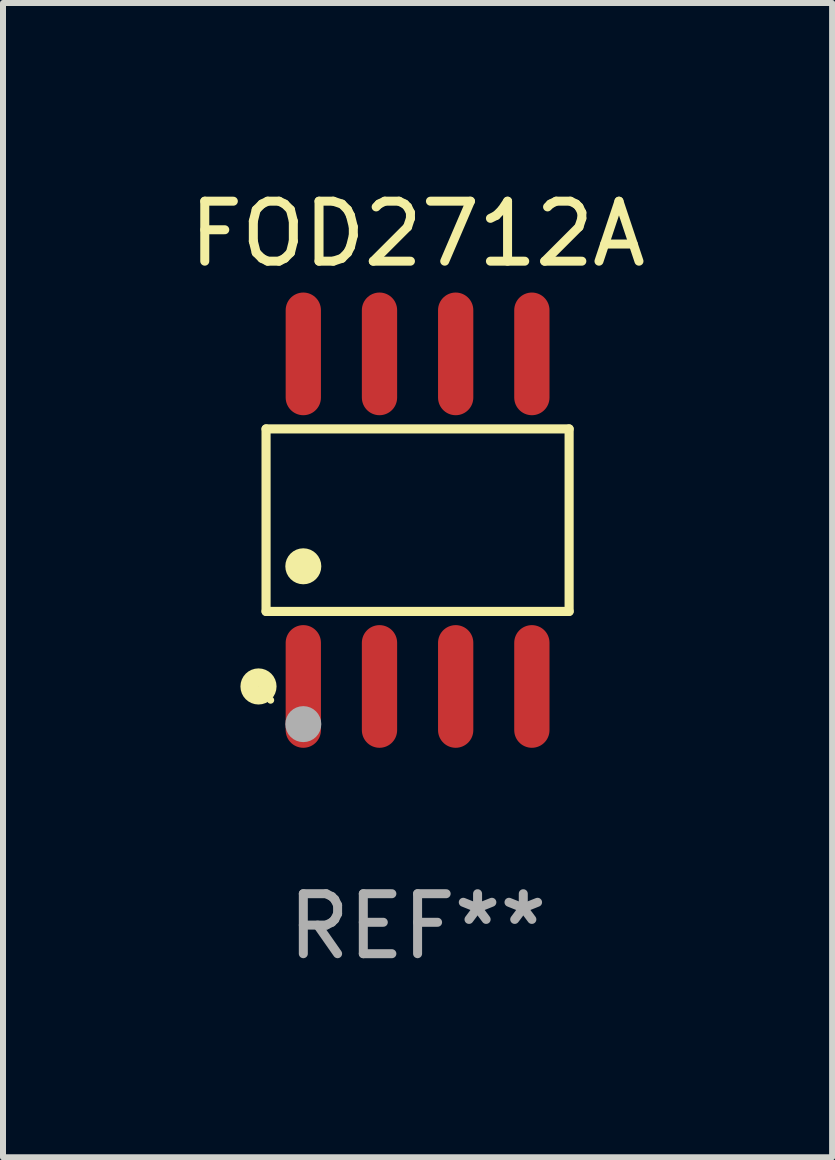
<source format=kicad_pcb>
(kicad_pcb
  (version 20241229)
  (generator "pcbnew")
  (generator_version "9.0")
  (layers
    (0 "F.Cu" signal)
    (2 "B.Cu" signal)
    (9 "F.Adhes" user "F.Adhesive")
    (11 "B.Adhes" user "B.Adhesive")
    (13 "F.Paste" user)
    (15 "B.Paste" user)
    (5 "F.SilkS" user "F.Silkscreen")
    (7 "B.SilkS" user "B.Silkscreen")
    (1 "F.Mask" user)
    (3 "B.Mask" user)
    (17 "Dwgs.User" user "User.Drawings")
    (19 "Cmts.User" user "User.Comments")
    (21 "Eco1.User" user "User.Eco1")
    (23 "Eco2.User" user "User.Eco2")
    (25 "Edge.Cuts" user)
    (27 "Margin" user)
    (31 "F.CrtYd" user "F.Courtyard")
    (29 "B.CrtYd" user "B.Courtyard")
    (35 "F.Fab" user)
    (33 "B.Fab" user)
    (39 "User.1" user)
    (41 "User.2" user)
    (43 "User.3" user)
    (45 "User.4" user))
  (footprint "FOD2712A"
    (layer "F.Cu")
    (at 3.911 5.621)
    (property "Reference" "FOD2712A" (at 0 -4.772 0) (layer "F.SilkS") (effects (font (size 1 1) (thickness 0.15))))
    (attr through_hole)
    (fp_line (start -2.526 -1.521) (end 2.526 -1.521) (stroke (width 0.152) (type solid)) (layer "F.SilkS"))
    (fp_line (start -2.526 1.521) (end -2.526 -1.521) (stroke (width 0.152) (type solid)) (layer "F.SilkS"))
    (fp_line (start 2.526 -1.521) (end 2.526 1.521) (stroke (width 0.152) (type solid)) (layer "F.SilkS"))
    (fp_line (start 2.526 1.521) (end -2.526 1.521) (stroke (width 0.152) (type solid)) (layer "F.SilkS"))
    (fp_circle (center -2.652 2.772) (end -2.501 2.772) (stroke (width 0.3) (type solid)) (fill no) (layer "F.SilkS"))
    (fp_circle (center -2.45 3) (end -2.42 3) (stroke (width 0.06) (type solid)) (fill no) (layer "F.SilkS"))
    (fp_circle (center -1.905 0.769) (end -1.755 0.769) (stroke (width 0.3) (type solid)) (fill no) (layer "F.SilkS"))
    (fp_circle (center -1.905 3.4) (end -1.755 3.4) (stroke (width 0.3) (type solid)) (fill no) (layer "F.Fab"))
    (fp_text user "REF**" (at 0 6.772 0) (layer "F.Fab") (effects (font (size 1 1) (thickness 0.15))))
    (pad "1" smd oval (at -1.905 2.772) (size 0.588 2.045) (layers "F.Cu" "F.Mask" "F.Paste"))
    (pad "2" smd oval (at -0.635 2.772) (size 0.588 2.045) (layers "F.Cu" "F.Mask" "F.Paste"))
    (pad "3" smd oval (at 0.635 2.772) (size 0.588 2.045) (layers "F.Cu" "F.Mask" "F.Paste"))
    (pad "4" smd oval (at 1.905 2.772) (size 0.588 2.045) (layers "F.Cu" "F.Mask" "F.Paste"))
    (pad "5" smd oval (at 1.905 -2.772) (size 0.588 2.045) (layers "F.Cu" "F.Mask" "F.Paste"))
    (pad "6" smd oval (at 0.635 -2.772) (size 0.588 2.045) (layers "F.Cu" "F.Mask" "F.Paste"))
    (pad "7" smd oval (at -0.635 -2.772) (size 0.588 2.045) (layers "F.Cu" "F.Mask" "F.Paste"))
    (pad "8" smd oval (at -1.905 -2.772) (size 0.588 2.045) (layers "F.Cu" "F.Mask" "F.Paste")))
  (gr_rect
    (start -3 -3)
    (end 10.821 16.241)
    (stroke (width 0.1) (type default))
    (fill no)
    (layer "Edge.Cuts")))
</source>
